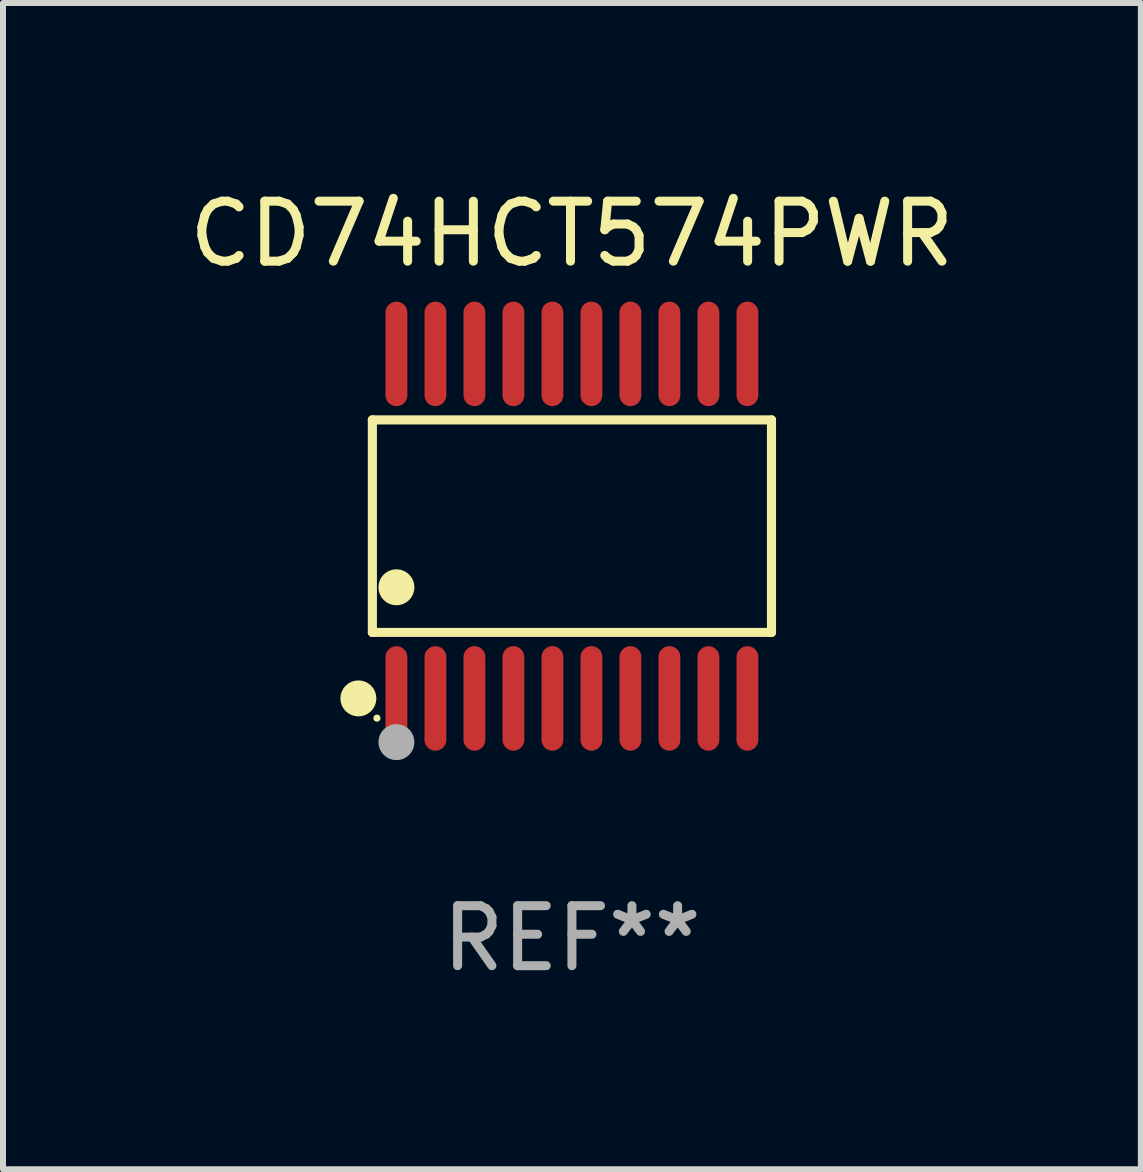
<source format=kicad_pcb>
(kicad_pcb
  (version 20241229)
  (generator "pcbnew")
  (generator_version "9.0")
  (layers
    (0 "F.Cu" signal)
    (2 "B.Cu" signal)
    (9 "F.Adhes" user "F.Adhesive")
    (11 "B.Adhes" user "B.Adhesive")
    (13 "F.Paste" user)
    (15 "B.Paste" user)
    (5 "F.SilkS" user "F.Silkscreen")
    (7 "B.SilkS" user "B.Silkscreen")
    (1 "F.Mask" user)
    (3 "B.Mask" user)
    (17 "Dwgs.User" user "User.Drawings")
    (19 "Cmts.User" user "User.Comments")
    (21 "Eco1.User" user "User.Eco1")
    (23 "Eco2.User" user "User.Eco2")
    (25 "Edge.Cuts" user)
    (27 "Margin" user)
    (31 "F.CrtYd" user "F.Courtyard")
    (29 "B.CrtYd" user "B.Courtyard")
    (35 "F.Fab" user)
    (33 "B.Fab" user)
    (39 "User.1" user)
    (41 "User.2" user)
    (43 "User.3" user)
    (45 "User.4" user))
  (footprint "CD74HCT574PWR"
    (layer "F.Cu")
    (at 6.482 5.719)
    (property "Reference" "CD74HCT574PWR" (at 0 -4.871 0) (layer "F.SilkS") (effects (font (size 1 1) (thickness 0.15))))
    (attr through_hole)
    (fp_line (start -3.326 -1.771) (end 3.326 -1.771) (stroke (width 0.152) (type solid)) (layer "F.SilkS"))
    (fp_line (start -3.326 1.771) (end -3.326 -1.771) (stroke (width 0.152) (type solid)) (layer "F.SilkS"))
    (fp_line (start 3.326 -1.771) (end 3.326 1.771) (stroke (width 0.152) (type solid)) (layer "F.SilkS"))
    (fp_line (start 3.326 1.771) (end -3.326 1.771) (stroke (width 0.152) (type solid)) (layer "F.SilkS"))
    (fp_circle (center -3.559 2.871) (end -3.409 2.871) (stroke (width 0.3) (type solid)) (fill no) (layer "F.SilkS"))
    (fp_circle (center -3.25 3.2) (end -3.22 3.2) (stroke (width 0.06) (type solid)) (fill no) (layer "F.SilkS"))
    (fp_circle (center -2.925 1.019) (end -2.775 1.019) (stroke (width 0.3) (type solid)) (fill no) (layer "F.SilkS"))
    (fp_circle (center -2.925 3.6) (end -2.775 3.6) (stroke (width 0.3) (type solid)) (fill no) (layer "F.Fab"))
    (fp_text user "REF**" (at 0 6.871 0) (layer "F.Fab") (effects (font (size 1 1) (thickness 0.15))))
    (pad "1" smd oval (at -2.925 2.871) (size 0.364 1.742) (layers "F.Cu" "F.Mask" "F.Paste"))
    (pad "2" smd oval (at -2.275 2.871) (size 0.364 1.742) (layers "F.Cu" "F.Mask" "F.Paste"))
    (pad "3" smd oval (at -1.625 2.871) (size 0.364 1.742) (layers "F.Cu" "F.Mask" "F.Paste"))
    (pad "4" smd oval (at -0.975 2.871) (size 0.364 1.742) (layers "F.Cu" "F.Mask" "F.Paste"))
    (pad "5" smd oval (at -0.325 2.871) (size 0.364 1.742) (layers "F.Cu" "F.Mask" "F.Paste"))
    (pad "6" smd oval (at 0.325 2.871) (size 0.364 1.742) (layers "F.Cu" "F.Mask" "F.Paste"))
    (pad "7" smd oval (at 0.975 2.871) (size 0.364 1.742) (layers "F.Cu" "F.Mask" "F.Paste"))
    (pad "8" smd oval (at 1.625 2.871) (size 0.364 1.742) (layers "F.Cu" "F.Mask" "F.Paste"))
    (pad "9" smd oval (at 2.275 2.871) (size 0.364 1.742) (layers "F.Cu" "F.Mask" "F.Paste"))
    (pad "10" smd oval (at 2.925 2.871) (size 0.364 1.742) (layers "F.Cu" "F.Mask" "F.Paste"))
    (pad "11" smd oval (at 2.925 -2.871) (size 0.364 1.742) (layers "F.Cu" "F.Mask" "F.Paste"))
    (pad "12" smd oval (at 2.275 -2.871) (size 0.364 1.742) (layers "F.Cu" "F.Mask" "F.Paste"))
    (pad "13" smd oval (at 1.625 -2.871) (size 0.364 1.742) (layers "F.Cu" "F.Mask" "F.Paste"))
    (pad "14" smd oval (at 0.975 -2.871) (size 0.364 1.742) (layers "F.Cu" "F.Mask" "F.Paste"))
    (pad "15" smd oval (at 0.325 -2.871) (size 0.364 1.742) (layers "F.Cu" "F.Mask" "F.Paste"))
    (pad "16" smd oval (at -0.325 -2.871) (size 0.364 1.742) (layers "F.Cu" "F.Mask" "F.Paste"))
    (pad "17" smd oval (at -0.975 -2.871) (size 0.364 1.742) (layers "F.Cu" "F.Mask" "F.Paste"))
    (pad "18" smd oval (at -1.625 -2.871) (size 0.364 1.742) (layers "F.Cu" "F.Mask" "F.Paste"))
    (pad "19" smd oval (at -2.275 -2.871) (size 0.364 1.742) (layers "F.Cu" "F.Mask" "F.Paste"))
    (pad "20" smd oval (at -2.925 -2.871) (size 0.364 1.742) (layers "F.Cu" "F.Mask" "F.Paste")))
  (gr_rect
    (start -3 -3)
    (end 15.964 16.438)
    (stroke (width 0.1) (type default))
    (fill no)
    (layer "Edge.Cuts")))
</source>
